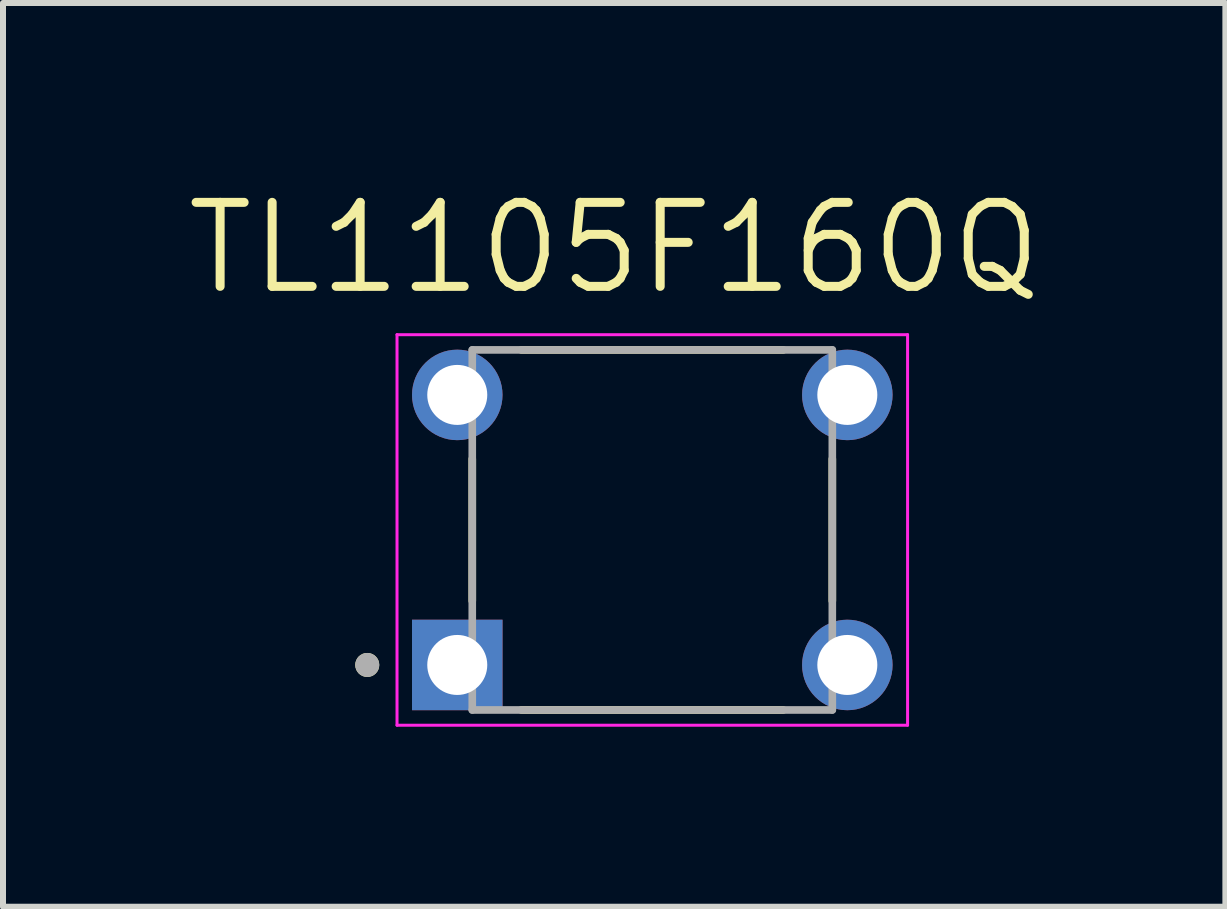
<source format=kicad_pcb>
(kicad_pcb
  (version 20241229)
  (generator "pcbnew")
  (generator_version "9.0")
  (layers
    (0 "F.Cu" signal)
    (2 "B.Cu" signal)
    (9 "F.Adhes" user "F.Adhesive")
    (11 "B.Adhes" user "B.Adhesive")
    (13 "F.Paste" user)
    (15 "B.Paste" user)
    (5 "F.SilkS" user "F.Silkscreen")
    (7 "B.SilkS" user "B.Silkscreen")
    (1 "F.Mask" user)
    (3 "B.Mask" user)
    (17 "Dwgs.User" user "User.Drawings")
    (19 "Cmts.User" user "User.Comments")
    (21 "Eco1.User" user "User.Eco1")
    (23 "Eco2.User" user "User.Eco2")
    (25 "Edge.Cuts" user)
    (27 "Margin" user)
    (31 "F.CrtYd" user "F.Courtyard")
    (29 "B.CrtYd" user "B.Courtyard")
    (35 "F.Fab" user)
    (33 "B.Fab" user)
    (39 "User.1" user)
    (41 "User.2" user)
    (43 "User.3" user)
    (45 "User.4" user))
  (footprint "TL1105F160Q"
    (layer "F.Cu")
    (at 7.82 5.781)
    (property "Reference" "TL1105F160Q" (at -0.635 -4.699 0) (layer "F.SilkS") (effects (font (size 1.4 1.4) (thickness 0.15))))
    (attr through_hole)
    (fp_line (start -3 -1.183) (end -3 1.183) (stroke (width 0.127) (type solid)) (layer "F.SilkS"))
    (fp_line (start -2.183 -3) (end 2.183 -3) (stroke (width 0.127) (type solid)) (layer "F.SilkS"))
    (fp_line (start -2.183 3) (end 2.183 3) (stroke (width 0.127) (type solid)) (layer "F.SilkS"))
    (fp_line (start 3 -1.183) (end 3 1.183) (stroke (width 0.127) (type solid)) (layer "F.SilkS"))
    (fp_circle (center -4.75 2.25) (end -4.65 2.25) (stroke (width 0.2) (type solid)) (fill no) (layer "F.SilkS"))
    (fp_line (start -4.254 -3.254) (end -4.254 3.254) (stroke (width 0.05) (type solid)) (layer "F.CrtYd"))
    (fp_line (start -4.254 3.254) (end 4.254 3.254) (stroke (width 0.05) (type solid)) (layer "F.CrtYd"))
    (fp_line (start 4.254 -3.254) (end -4.254 -3.254) (stroke (width 0.05) (type solid)) (layer "F.CrtYd"))
    (fp_line (start 4.254 3.254) (end 4.254 -3.254) (stroke (width 0.05) (type solid)) (layer "F.CrtYd"))
    (fp_line (start -3 -3) (end 3 -3) (stroke (width 0.127) (type solid)) (layer "F.Fab"))
    (fp_line (start -3 3) (end -3 -3) (stroke (width 0.127) (type solid)) (layer "F.Fab"))
    (fp_line (start 3 -3) (end 3 3) (stroke (width 0.127) (type solid)) (layer "F.Fab"))
    (fp_line (start 3 3) (end -3 3) (stroke (width 0.127) (type solid)) (layer "F.Fab"))
    (fp_circle (center -4.75 2.25) (end -4.65 2.25) (stroke (width 0.2) (type solid)) (fill no) (layer "F.Fab"))
    (pad "1" thru_hole rect (at -3.25 2.25) (size 1.508 1.508) (drill 1) (layers "*.Cu" "*.Mask"))
    (pad "2" thru_hole circle (at 3.25 2.25) (size 1.508 1.508) (drill 1) (layers "*.Cu" "*.Mask"))
    (pad "3" thru_hole circle (at -3.25 -2.25) (size 1.508 1.508) (drill 1) (layers "*.Cu" "*.Mask"))
    (pad "4" thru_hole circle (at 3.25 -2.25) (size 1.508 1.508) (drill 1) (layers "*.Cu" "*.Mask")))
  (gr_rect
    (start -3 -3)
    (end 17.37 12.06)
    (stroke (width 0.1) (type default))
    (fill no)
    (layer "Edge.Cuts")))
</source>
